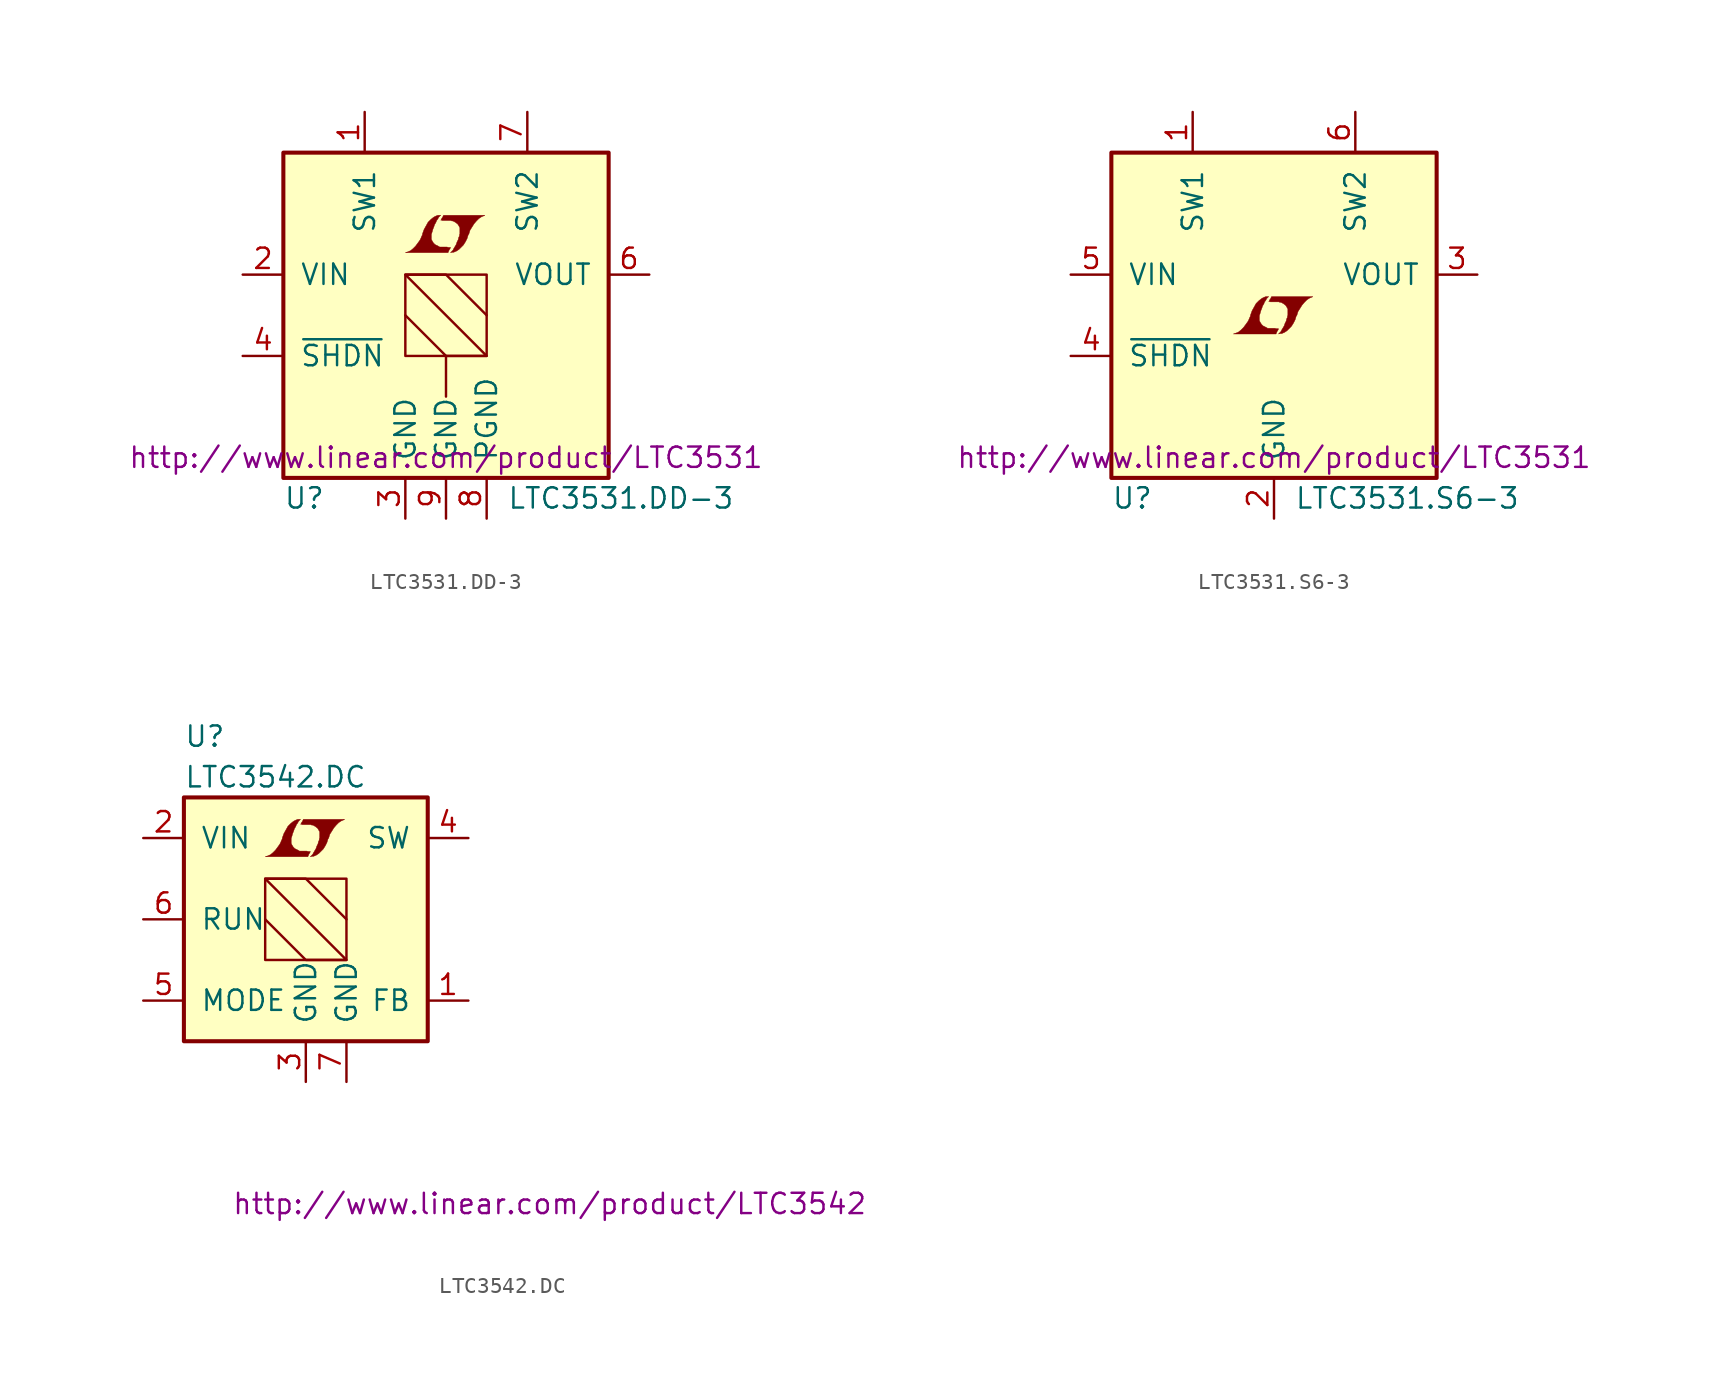
<source format=kicad_sym>
(kicad_symbol_lib
  (version 20201005)
  (generator kicad_symbol_editor)
  (symbol "LTC3531.DD-3"
    (pin_names
      (offset 1.016))
    (property "Reference" "U"
      (at -10.16 -11.43 0)
      (effects (font (size 1.27 1.27)) (justify left)))
    (property "Value" "LTC3531.DD-3"
      (at 3.81 -11.43 0)
      (effects (font (size 1.27 1.27)) (justify left)))
    (property "Datasheet" "http://www.linear.com/product/LTC3531"
      (at 0 -8.89 0)
      (effects (font (size 1.27 1.27))))
    (symbol "LTC3531.DD-3_0_0"
      (polyline (pts (xy 0.203 4.089) (xy 0.229 4.115) (xy 0.279 4.216) (xy 0.279 4.242) (xy 0.152 4.242) (xy 0.051 4.267) (xy -0.406 4.267) (xy -0.432 4.293) (xy -0.686 4.42) (xy -0.787 4.521) (xy -0.864 4.648) (xy -0.914 4.75) (xy -0.914 5.055) (xy -0.864 5.207) (xy -0.838 5.309) (xy -0.813 5.385) (xy -0.762 5.512) (xy -0.711 5.664) (xy -0.635 5.791) (xy -0.584 5.918) (xy -0.508 6.02) (xy -0.457 6.121) (xy -0.33 6.248) (xy -0.508 6.248) (xy -0.635 6.198) (xy -0.737 6.147) (xy -0.813 6.096) (xy -0.94 5.994) (xy -1.118 5.817) (xy -1.372 5.359) (xy -1.473 5.08) (xy -1.473 5.029) (xy -1.524 4.928) (xy -1.575 4.801) (xy -1.626 4.699) (xy -1.753 4.521) (xy -1.905 4.318) (xy -2.057 4.166) (xy -2.21 4.039) (xy -2.388 3.962) (xy -2.54 3.912) (xy 0.127 3.912) (xy 0.203 4.089)) (stroke (width 0.025)) (fill (type outline)))
      (polyline (pts (xy 0.406 3.937) (xy 0.483 3.937) (xy 0.66 4.013) (xy 0.813 4.115) (xy 1.092 4.394) (xy 1.219 4.597) (xy 1.321 4.801) (xy 1.397 5.055) (xy 1.422 5.055) (xy 1.499 5.309) (xy 1.753 5.715) (xy 1.905 5.893) (xy 2.057 6.045) (xy 2.21 6.147) (xy 2.388 6.223) (xy 2.413 6.223) (xy 2.413 6.248) (xy -0.152 6.248) (xy -0.229 6.096) (xy -0.254 6.071) (xy -0.305 5.969) (xy -0.33 5.944) (xy -0.279 5.944) (xy -0.229 5.918) (xy 0.305 5.918) (xy 0.356 5.893) (xy 0.406 5.893) (xy 0.483 5.867) (xy 0.61 5.791) (xy 0.737 5.69) (xy 0.813 5.563) (xy 0.838 5.512) (xy 0.864 5.486) (xy 0.864 5.08) (xy 0.838 5.029) (xy 0.838 4.953) (xy 0.787 4.851) (xy 0.762 4.724) (xy 0.686 4.572) (xy 0.635 4.42) (xy 0.483 4.166) (xy 0.432 4.064) (xy 0.279 3.912) (xy 0.406 3.937)) (stroke (width 0.025)) (fill (type outline))))
    (symbol "LTC3531.DD-3_0_1"
      (rectangle (start -10.16 10.16) (end 10.16 -10.16) (stroke (width 0.254)) (fill (type background)))
      (rectangle (start -2.54 2.54) (end 2.54 -2.54) (stroke (width 0)) (fill (type none)))
      (polyline (pts (xy 0 -2.54) (xy 0 -5.08)) (stroke (width 0)) (fill (type none)))
      (polyline (pts (xy -2.54 0) (xy 0 -2.54) (xy 2.54 -2.54) (xy -2.54 2.54) (xy 0 2.54) (xy 2.54 0)) (stroke (width 0)) (fill (type none))))
    (symbol "LTC3531.DD-3_1_1"
      (pin passive line (at -5.08 12.7 270) (length 2.54) (name "SW1" (effects (font (size 1.27 1.27)))) (number "1" (effects (font (size 1.27 1.27)))))
      (pin power_in line (at -12.7 2.54 0) (length 2.54) (name "VIN" (effects (font (size 1.27 1.27)))) (number "2" (effects (font (size 1.27 1.27)))))
      (pin power_in line (at -2.54 -12.7 90) (length 2.54) (name "GND" (effects (font (size 1.27 1.27)))) (number "3" (effects (font (size 1.27 1.27)))))
      (pin passive line (at -12.7 -2.54 0) (length 2.54) (name "~SHDN~" (effects (font (size 1.27 1.27)))) (number "4" (effects (font (size 1.27 1.27)))))
      (pin unconnected line (at 12.7 -7.62 180) (length 2.54) hide (name "NC" (effects (font (size 1.27 1.27)))) (number "5" (effects (font (size 1.27 1.27)))))
      (pin power_out line (at 12.7 2.54 180) (length 2.54) (name "VOUT" (effects (font (size 1.27 1.27)))) (number "6" (effects (font (size 1.27 1.27)))))
      (pin passive line (at 5.08 12.7 270) (length 2.54) (name "SW2" (effects (font (size 1.27 1.27)))) (number "7" (effects (font (size 1.27 1.27)))))
      (pin power_in line (at 2.54 -12.7 90) (length 2.54) (name "PGND" (effects (font (size 1.27 1.27)))) (number "8" (effects (font (size 1.27 1.27)))))
      (pin power_in line (at 0 -12.7 90) (length 2.54) (name "GND" (effects (font (size 1.27 1.27)))) (number "9" (effects (font (size 1.27 1.27)))))))
  (symbol "LTC3531.S6-3"
    (pin_names
      (offset 1.016))
    (property "Reference" "U"
      (at -10.16 -11.43 0)
      (effects (font (size 1.27 1.27)) (justify left)))
    (property "Value" "LTC3531.S6-3"
      (at 1.27 -11.43 0)
      (effects (font (size 1.27 1.27)) (justify left)))
    (property "Datasheet" "http://www.linear.com/product/LTC3531"
      (at 0 -8.89 0)
      (effects (font (size 1.27 1.27))))
    (symbol "LTC3531.S6-3_0_0"
      (polyline (pts (xy 0.203 -0.991) (xy 0.229 -0.965) (xy 0.279 -0.864) (xy 0.279 -0.838) (xy 0.152 -0.838) (xy 0.051 -0.813) (xy -0.406 -0.813) (xy -0.432 -0.787) (xy -0.686 -0.66) (xy -0.787 -0.559) (xy -0.864 -0.432) (xy -0.914 -0.33) (xy -0.914 -0.025) (xy -0.864 0.127) (xy -0.838 0.229) (xy -0.813 0.305) (xy -0.762 0.432) (xy -0.711 0.584) (xy -0.635 0.711) (xy -0.584 0.838) (xy -0.508 0.94) (xy -0.457 1.041) (xy -0.33 1.168) (xy -0.508 1.168) (xy -0.635 1.118) (xy -0.737 1.067) (xy -0.813 1.016) (xy -0.94 0.914) (xy -1.118 0.737) (xy -1.372 0.279) (xy -1.473 0) (xy -1.473 -0.051) (xy -1.524 -0.152) (xy -1.575 -0.279) (xy -1.626 -0.381) (xy -1.753 -0.559) (xy -1.905 -0.762) (xy -2.057 -0.914) (xy -2.21 -1.041) (xy -2.388 -1.118) (xy -2.54 -1.168) (xy 0.127 -1.168) (xy 0.203 -0.991)) (stroke (width 0.025)) (fill (type outline)))
      (polyline (pts (xy 0.406 -1.143) (xy 0.483 -1.143) (xy 0.66 -1.067) (xy 0.813 -0.965) (xy 1.092 -0.686) (xy 1.219 -0.483) (xy 1.321 -0.279) (xy 1.397 -0.025) (xy 1.422 -0.025) (xy 1.499 0.229) (xy 1.753 0.635) (xy 1.905 0.813) (xy 2.057 0.965) (xy 2.21 1.067) (xy 2.388 1.143) (xy 2.413 1.143) (xy 2.413 1.168) (xy -0.152 1.168) (xy -0.229 1.016) (xy -0.254 0.991) (xy -0.305 0.889) (xy -0.33 0.864) (xy -0.279 0.864) (xy -0.229 0.838) (xy 0.305 0.838) (xy 0.356 0.813) (xy 0.406 0.813) (xy 0.483 0.787) (xy 0.61 0.711) (xy 0.737 0.61) (xy 0.813 0.483) (xy 0.838 0.432) (xy 0.864 0.406) (xy 0.864 0) (xy 0.838 -0.051) (xy 0.838 -0.127) (xy 0.787 -0.229) (xy 0.762 -0.356) (xy 0.686 -0.508) (xy 0.635 -0.66) (xy 0.483 -0.914) (xy 0.432 -1.016) (xy 0.279 -1.168) (xy 0.406 -1.143)) (stroke (width 0.025)) (fill (type outline))))
    (symbol "LTC3531.S6-3_0_1"
      (rectangle (start -10.16 10.16) (end 10.16 -10.16) (stroke (width 0.254)) (fill (type background))))
    (symbol "LTC3531.S6-3_1_1"
      (pin passive line (at -5.08 12.7 270) (length 2.54) (name "SW1" (effects (font (size 1.27 1.27)))) (number "1" (effects (font (size 1.27 1.27)))))
      (pin power_in line (at 0 -12.7 90) (length 2.54) (name "GND" (effects (font (size 1.27 1.27)))) (number "2" (effects (font (size 1.27 1.27)))))
      (pin power_out line (at 12.7 2.54 180) (length 2.54) (name "VOUT" (effects (font (size 1.27 1.27)))) (number "3" (effects (font (size 1.27 1.27)))))
      (pin passive line (at -12.7 -2.54 0) (length 2.54) (name "~SHDN~" (effects (font (size 1.27 1.27)))) (number "4" (effects (font (size 1.27 1.27)))))
      (pin power_in line (at -12.7 2.54 0) (length 2.54) (name "VIN" (effects (font (size 1.27 1.27)))) (number "5" (effects (font (size 1.27 1.27)))))
      (pin passive line (at 5.08 12.7 270) (length 2.54) (name "SW2" (effects (font (size 1.27 1.27)))) (number "6" (effects (font (size 1.27 1.27)))))))
  (symbol "LTC3542.DC"
    (pin_names
      (offset 1.016))
    (property "Reference" "U"
      (at -7.62 11.43 0)
      (effects (font (size 1.27 1.27)) (justify left)))
    (property "Value" "LTC3542.DC"
      (at -7.62 8.89 0)
      (effects (font (size 1.27 1.27)) (justify left)))
    (property "Datasheet" "http://www.linear.com/product/LTC3542"
      (at 15.24 -17.78 0)
      (effects (font (size 1.27 1.27))))
    (symbol "LTC3542.DC_0_0"
      (polyline (pts (xy 0.203 4.089) (xy 0.229 4.115) (xy 0.279 4.216) (xy 0.279 4.242) (xy 0.152 4.242) (xy 0.051 4.267) (xy -0.406 4.267) (xy -0.432 4.293) (xy -0.686 4.42) (xy -0.787 4.521) (xy -0.864 4.648) (xy -0.914 4.75) (xy -0.914 5.055) (xy -0.864 5.207) (xy -0.838 5.309) (xy -0.813 5.385) (xy -0.762 5.512) (xy -0.711 5.664) (xy -0.635 5.791) (xy -0.584 5.918) (xy -0.508 6.02) (xy -0.457 6.121) (xy -0.33 6.248) (xy -0.508 6.248) (xy -0.635 6.198) (xy -0.737 6.147) (xy -0.813 6.096) (xy -0.94 5.994) (xy -1.118 5.817) (xy -1.372 5.359) (xy -1.473 5.08) (xy -1.473 5.029) (xy -1.524 4.928) (xy -1.575 4.801) (xy -1.626 4.699) (xy -1.753 4.521) (xy -1.905 4.318) (xy -2.057 4.166) (xy -2.21 4.039) (xy -2.388 3.962) (xy -2.54 3.912) (xy 0.127 3.912) (xy 0.203 4.089)) (stroke (width 0.025)) (fill (type outline)))
      (polyline (pts (xy 0.406 3.937) (xy 0.483 3.937) (xy 0.66 4.013) (xy 0.813 4.115) (xy 1.092 4.394) (xy 1.219 4.597) (xy 1.321 4.801) (xy 1.397 5.055) (xy 1.422 5.055) (xy 1.499 5.309) (xy 1.753 5.715) (xy 1.905 5.893) (xy 2.057 6.045) (xy 2.21 6.147) (xy 2.388 6.223) (xy 2.413 6.223) (xy 2.413 6.248) (xy -0.152 6.248) (xy -0.229 6.096) (xy -0.254 6.071) (xy -0.305 5.969) (xy -0.33 5.944) (xy -0.279 5.944) (xy -0.229 5.918) (xy 0.305 5.918) (xy 0.356 5.893) (xy 0.406 5.893) (xy 0.483 5.867) (xy 0.61 5.791) (xy 0.737 5.69) (xy 0.813 5.563) (xy 0.838 5.512) (xy 0.864 5.486) (xy 0.864 5.08) (xy 0.838 5.029) (xy 0.838 4.953) (xy 0.787 4.851) (xy 0.762 4.724) (xy 0.686 4.572) (xy 0.635 4.42) (xy 0.483 4.166) (xy 0.432 4.064) (xy 0.279 3.912) (xy 0.406 3.937)) (stroke (width 0.025)) (fill (type outline))))
    (symbol "LTC3542.DC_0_1"
      (rectangle (start -7.62 7.62) (end 7.62 -7.62) (stroke (width 0.254)) (fill (type background)))
      (rectangle (start -2.54 2.54) (end 2.54 -2.54) (stroke (width 0)) (fill (type none)))
      (polyline (pts (xy -2.54 0) (xy 0 -2.54) (xy 2.54 -2.54) (xy -2.54 2.54) (xy 0 2.54) (xy 2.54 0)) (stroke (width 0)) (fill (type none))))
    (symbol "LTC3542.DC_1_1"
      (pin passive line (at 10.16 -5.08 180) (length 2.54) (name "FB" (effects (font (size 1.27 1.27)))) (number "1" (effects (font (size 1.27 1.27)))))
      (pin power_in line (at -10.16 5.08 0) (length 2.54) (name "VIN" (effects (font (size 1.27 1.27)))) (number "2" (effects (font (size 1.27 1.27)))))
      (pin power_in line (at 0 -10.16 90) (length 2.54) (name "GND" (effects (font (size 1.27 1.27)))) (number "3" (effects (font (size 1.27 1.27)))))
      (pin passive line (at 10.16 5.08 180) (length 2.54) (name "SW" (effects (font (size 1.27 1.27)))) (number "4" (effects (font (size 1.27 1.27)))))
      (pin passive line (at -10.16 -5.08 0) (length 2.54) (name "MODE" (effects (font (size 1.27 1.27)))) (number "5" (effects (font (size 1.27 1.27)))))
      (pin input line (at -10.16 0 0) (length 2.54) (name "RUN" (effects (font (size 1.27 1.27)))) (number "6" (effects (font (size 1.27 1.27)))))
      (pin power_in line (at 2.54 -10.16 90) (length 2.54) (name "GND" (effects (font (size 1.27 1.27)))) (number "7" (effects (font (size 1.27 1.27))))))))
</source>
